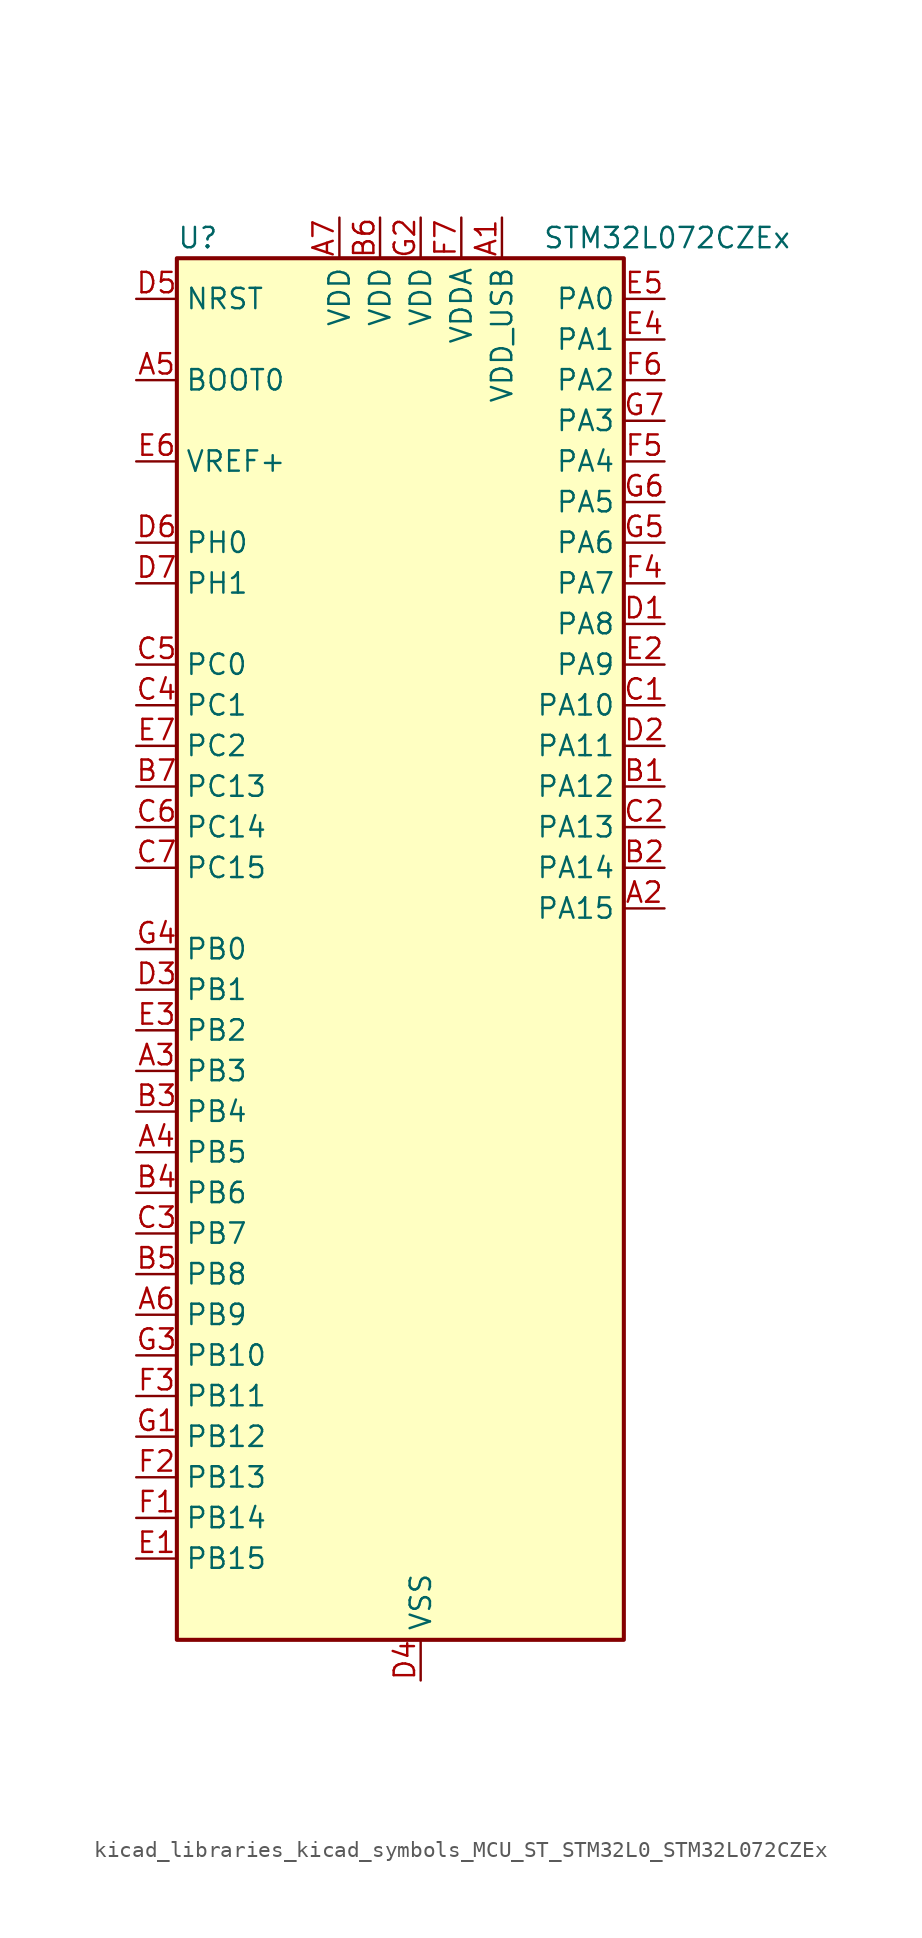
<source format=kicad_sym>
(kicad_symbol_lib
  (version 20220914)
  (generator kicad_symbol_editor)
  (symbol "kicad_libraries_kicad_symbols_MCU_ST_STM32L0_STM32L072CZEx"
    (property "Reference" "U"
      (at -12.7 44.45 0)
      (effects (font (size 1.27 1.27)) (justify left)))
    (property "Value" "STM32L072CZEx"
      (at 10.16 44.45 0)
      (effects (font (size 1.27 1.27)) (justify left)))
    (property "ki_locked" ""
      (at 0 0 0)
      (effects (font (size 1.27 1.27))))
    (symbol "kicad_libraries_kicad_symbols_MCU_ST_STM32L0_STM32L072CZEx_0_1"
      (rectangle (start -12.7 -43.18) (end 15.24 43.18) (stroke (width 0.254) (type default)) (fill (type background))))
    (symbol "kicad_libraries_kicad_symbols_MCU_ST_STM32L0_STM32L072CZEx_1_1"
      (pin power_in line (at 7.62 45.72 270) (length 2.54) (name "VDD_USB" (effects (font (size 1.27 1.27)))) (number "A1" (effects (font (size 1.27 1.27)))))
      (pin bidirectional line (at 17.78 2.54 180) (length 2.54) (name "PA15" (effects (font (size 1.27 1.27)))) (number "A2" (effects (font (size 1.27 1.27)))) (alternate "SPI1_NSS" bidirectional line) (alternate "TIM2_CH1" bidirectional line) (alternate "TIM2_ETR" bidirectional line) (alternate "USART2_RX" bidirectional line) (alternate "USART4_DE" bidirectional line) (alternate "USART4_RTS" bidirectional line))
      (pin bidirectional line (at -15.24 -7.62 0) (length 2.54) (name "PB3" (effects (font (size 1.27 1.27)))) (number "A3" (effects (font (size 1.27 1.27)))) (alternate "COMP2_INM" bidirectional line) (alternate "SPI1_SCK" bidirectional line) (alternate "TIM2_CH2" bidirectional line) (alternate "TSC_G5_IO1" bidirectional line) (alternate "USART1_DE" bidirectional line) (alternate "USART1_RTS" bidirectional line) (alternate "USART5_TX" bidirectional line))
      (pin bidirectional line (at -15.24 -12.7 0) (length 2.54) (name "PB5" (effects (font (size 1.27 1.27)))) (number "A4" (effects (font (size 1.27 1.27)))) (alternate "COMP2_INP" bidirectional line) (alternate "I2C1_SMBA" bidirectional line) (alternate "LPTIM1_IN1" bidirectional line) (alternate "SPI1_MOSI" bidirectional line) (alternate "TIM22_CH2" bidirectional line) (alternate "TIM3_CH2" bidirectional line) (alternate "USART1_CK" bidirectional line) (alternate "USART5_CK" bidirectional line) (alternate "USART5_DE" bidirectional line) (alternate "USART5_RTS" bidirectional line))
      (pin input line (at -15.24 35.56 0) (length 2.54) (name "BOOT0" (effects (font (size 1.27 1.27)))) (number "A5" (effects (font (size 1.27 1.27)))))
      (pin bidirectional line (at -15.24 -22.86 0) (length 2.54) (name "PB9" (effects (font (size 1.27 1.27)))) (number "A6" (effects (font (size 1.27 1.27)))) (alternate "DAC_EXTI9" bidirectional line) (alternate "I2C1_SDA" bidirectional line) (alternate "I2S2_WS" bidirectional line) (alternate "SPI2_NSS" bidirectional line))
      (pin power_in line (at -2.54 45.72 270) (length 2.54) (name "VDD" (effects (font (size 1.27 1.27)))) (number "A7" (effects (font (size 1.27 1.27)))))
      (pin bidirectional line (at 17.78 10.16 180) (length 2.54) (name "PA12" (effects (font (size 1.27 1.27)))) (number "B1" (effects (font (size 1.27 1.27)))) (alternate "COMP2_OUT" bidirectional line) (alternate "SPI1_MOSI" bidirectional line) (alternate "TSC_G4_IO4" bidirectional line) (alternate "USART1_DE" bidirectional line) (alternate "USART1_RTS" bidirectional line) (alternate "USB_DP" bidirectional line))
      (pin bidirectional line (at 17.78 5.08 180) (length 2.54) (name "PA14" (effects (font (size 1.27 1.27)))) (number "B2" (effects (font (size 1.27 1.27)))) (alternate "LPUART1_TX" bidirectional line) (alternate "SYS_SWCLK" bidirectional line) (alternate "USART2_TX" bidirectional line))
      (pin bidirectional line (at -15.24 -10.16 0) (length 2.54) (name "PB4" (effects (font (size 1.27 1.27)))) (number "B3" (effects (font (size 1.27 1.27)))) (alternate "COMP2_INP" bidirectional line) (alternate "I2C3_SDA" bidirectional line) (alternate "SPI1_MISO" bidirectional line) (alternate "TIM22_CH1" bidirectional line) (alternate "TIM3_CH1" bidirectional line) (alternate "TSC_G5_IO2" bidirectional line) (alternate "USART1_CTS" bidirectional line) (alternate "USART5_RX" bidirectional line))
      (pin bidirectional line (at -15.24 -15.24 0) (length 2.54) (name "PB6" (effects (font (size 1.27 1.27)))) (number "B4" (effects (font (size 1.27 1.27)))) (alternate "COMP2_INP" bidirectional line) (alternate "I2C1_SCL" bidirectional line) (alternate "LPTIM1_ETR" bidirectional line) (alternate "TSC_G5_IO3" bidirectional line) (alternate "USART1_TX" bidirectional line))
      (pin bidirectional line (at -15.24 -20.32 0) (length 2.54) (name "PB8" (effects (font (size 1.27 1.27)))) (number "B5" (effects (font (size 1.27 1.27)))) (alternate "I2C1_SCL" bidirectional line) (alternate "TSC_SYNC" bidirectional line))
      (pin power_in line (at 0 45.72 270) (length 2.54) (name "VDD" (effects (font (size 1.27 1.27)))) (number "B6" (effects (font (size 1.27 1.27)))))
      (pin bidirectional line (at -15.24 10.16 0) (length 2.54) (name "PC13" (effects (font (size 1.27 1.27)))) (number "B7" (effects (font (size 1.27 1.27)))) (alternate "RTC_OUT_ALARM" bidirectional line) (alternate "RTC_OUT_CALIB" bidirectional line) (alternate "RTC_TAMP1" bidirectional line) (alternate "RTC_TS" bidirectional line) (alternate "SYS_WKUP2" bidirectional line))
      (pin bidirectional line (at 17.78 15.24 180) (length 2.54) (name "PA10" (effects (font (size 1.27 1.27)))) (number "C1" (effects (font (size 1.27 1.27)))) (alternate "I2C1_SDA" bidirectional line) (alternate "TSC_G4_IO2" bidirectional line) (alternate "USART1_RX" bidirectional line))
      (pin bidirectional line (at 17.78 7.62 180) (length 2.54) (name "PA13" (effects (font (size 1.27 1.27)))) (number "C2" (effects (font (size 1.27 1.27)))) (alternate "LPUART1_RX" bidirectional line) (alternate "SYS_SWDIO" bidirectional line) (alternate "USB_NOE" bidirectional line))
      (pin bidirectional line (at -15.24 -17.78 0) (length 2.54) (name "PB7" (effects (font (size 1.27 1.27)))) (number "C3" (effects (font (size 1.27 1.27)))) (alternate "COMP2_INP" bidirectional line) (alternate "I2C1_SDA" bidirectional line) (alternate "LPTIM1_IN2" bidirectional line) (alternate "SYS_PVD_IN" bidirectional line) (alternate "TSC_G5_IO4" bidirectional line) (alternate "USART1_RX" bidirectional line) (alternate "USART4_CTS" bidirectional line))
      (pin bidirectional line (at -15.24 15.24 0) (length 2.54) (name "PC1" (effects (font (size 1.27 1.27)))) (number "C4" (effects (font (size 1.27 1.27)))) (alternate "ADC_IN11" bidirectional line) (alternate "I2C3_SDA" bidirectional line) (alternate "LPTIM1_OUT" bidirectional line) (alternate "LPUART1_TX" bidirectional line) (alternate "TSC_G7_IO2" bidirectional line))
      (pin bidirectional line (at -15.24 17.78 0) (length 2.54) (name "PC0" (effects (font (size 1.27 1.27)))) (number "C5" (effects (font (size 1.27 1.27)))) (alternate "ADC_IN10" bidirectional line) (alternate "I2C3_SCL" bidirectional line) (alternate "LPTIM1_IN1" bidirectional line) (alternate "LPUART1_RX" bidirectional line) (alternate "TSC_G7_IO1" bidirectional line))
      (pin bidirectional line (at -15.24 7.62 0) (length 2.54) (name "PC14" (effects (font (size 1.27 1.27)))) (number "C6" (effects (font (size 1.27 1.27)))) (alternate "RCC_OSC32_IN" bidirectional line))
      (pin bidirectional line (at -15.24 5.08 0) (length 2.54) (name "PC15" (effects (font (size 1.27 1.27)))) (number "C7" (effects (font (size 1.27 1.27)))) (alternate "RCC_OSC32_OUT" bidirectional line))
      (pin bidirectional line (at 17.78 20.32 180) (length 2.54) (name "PA8" (effects (font (size 1.27 1.27)))) (number "D1" (effects (font (size 1.27 1.27)))) (alternate "CRS_SYNC" bidirectional line) (alternate "I2C3_SCL" bidirectional line) (alternate "RCC_MCO" bidirectional line) (alternate "USART1_CK" bidirectional line))
      (pin bidirectional line (at 17.78 12.7 180) (length 2.54) (name "PA11" (effects (font (size 1.27 1.27)))) (number "D2" (effects (font (size 1.27 1.27)))) (alternate "ADC_EXTI11" bidirectional line) (alternate "COMP1_OUT" bidirectional line) (alternate "SPI1_MISO" bidirectional line) (alternate "TSC_G4_IO3" bidirectional line) (alternate "USART1_CTS" bidirectional line) (alternate "USB_DM" bidirectional line))
      (pin bidirectional line (at -15.24 -2.54 0) (length 2.54) (name "PB1" (effects (font (size 1.27 1.27)))) (number "D3" (effects (font (size 1.27 1.27)))) (alternate "ADC_IN9" bidirectional line) (alternate "LPUART1_DE" bidirectional line) (alternate "LPUART1_RTS" bidirectional line) (alternate "SYS_VREF_OUT_PB1" bidirectional line) (alternate "TIM3_CH4" bidirectional line) (alternate "TSC_G3_IO3" bidirectional line))
      (pin power_in line (at 2.54 -45.72 90) (length 2.54) (name "VSS" (effects (font (size 1.27 1.27)))) (number "D4" (effects (font (size 1.27 1.27)))))
      (pin input line (at -15.24 40.64 0) (length 2.54) (name "NRST" (effects (font (size 1.27 1.27)))) (number "D5" (effects (font (size 1.27 1.27)))))
      (pin bidirectional line (at -15.24 25.4 0) (length 2.54) (name "PH0" (effects (font (size 1.27 1.27)))) (number "D6" (effects (font (size 1.27 1.27)))) (alternate "CRS_SYNC" bidirectional line) (alternate "RCC_OSC_IN" bidirectional line))
      (pin bidirectional line (at -15.24 22.86 0) (length 2.54) (name "PH1" (effects (font (size 1.27 1.27)))) (number "D7" (effects (font (size 1.27 1.27)))) (alternate "RCC_OSC_OUT" bidirectional line))
      (pin bidirectional line (at -15.24 -38.1 0) (length 2.54) (name "PB15" (effects (font (size 1.27 1.27)))) (number "E1" (effects (font (size 1.27 1.27)))) (alternate "I2S2_SD" bidirectional line) (alternate "RTC_REFIN" bidirectional line) (alternate "SPI2_MOSI" bidirectional line))
      (pin bidirectional line (at 17.78 17.78 180) (length 2.54) (name "PA9" (effects (font (size 1.27 1.27)))) (number "E2" (effects (font (size 1.27 1.27)))) (alternate "DAC_EXTI9" bidirectional line) (alternate "I2C1_SCL" bidirectional line) (alternate "I2C3_SMBA" bidirectional line) (alternate "RCC_MCO" bidirectional line) (alternate "TSC_G4_IO1" bidirectional line) (alternate "USART1_TX" bidirectional line))
      (pin bidirectional line (at -15.24 -5.08 0) (length 2.54) (name "PB2" (effects (font (size 1.27 1.27)))) (number "E3" (effects (font (size 1.27 1.27)))) (alternate "I2C3_SMBA" bidirectional line) (alternate "LPTIM1_OUT" bidirectional line) (alternate "TSC_G3_IO4" bidirectional line))
      (pin bidirectional line (at 17.78 38.1 180) (length 2.54) (name "PA1" (effects (font (size 1.27 1.27)))) (number "E4" (effects (font (size 1.27 1.27)))) (alternate "ADC_IN1" bidirectional line) (alternate "COMP1_INP" bidirectional line) (alternate "TIM21_ETR" bidirectional line) (alternate "TIM2_CH2" bidirectional line) (alternate "TSC_G1_IO2" bidirectional line) (alternate "USART2_DE" bidirectional line) (alternate "USART2_RTS" bidirectional line) (alternate "USART4_RX" bidirectional line))
      (pin bidirectional line (at 17.78 40.64 180) (length 2.54) (name "PA0" (effects (font (size 1.27 1.27)))) (number "E5" (effects (font (size 1.27 1.27)))) (alternate "ADC_IN0" bidirectional line) (alternate "COMP1_INM" bidirectional line) (alternate "COMP1_OUT" bidirectional line) (alternate "RTC_TAMP2" bidirectional line) (alternate "SYS_WKUP1" bidirectional line) (alternate "TIM2_CH1" bidirectional line) (alternate "TIM2_ETR" bidirectional line) (alternate "TSC_G1_IO1" bidirectional line) (alternate "USART2_CTS" bidirectional line) (alternate "USART4_TX" bidirectional line))
      (pin input line (at -15.24 30.48 0) (length 2.54) (name "VREF+" (effects (font (size 1.27 1.27)))) (number "E6" (effects (font (size 1.27 1.27)))))
      (pin bidirectional line (at -15.24 12.7 0) (length 2.54) (name "PC2" (effects (font (size 1.27 1.27)))) (number "E7" (effects (font (size 1.27 1.27)))) (alternate "ADC_IN12" bidirectional line) (alternate "I2S2_MCK" bidirectional line) (alternate "LPTIM1_IN2" bidirectional line) (alternate "SPI2_MISO" bidirectional line) (alternate "TSC_G7_IO3" bidirectional line))
      (pin bidirectional line (at -15.24 -35.56 0) (length 2.54) (name "PB14" (effects (font (size 1.27 1.27)))) (number "F1" (effects (font (size 1.27 1.27)))) (alternate "I2C2_SDA" bidirectional line) (alternate "I2S2_MCK" bidirectional line) (alternate "LPUART1_DE" bidirectional line) (alternate "LPUART1_RTS" bidirectional line) (alternate "RTC_OUT_ALARM" bidirectional line) (alternate "RTC_OUT_CALIB" bidirectional line) (alternate "SPI2_MISO" bidirectional line) (alternate "TIM21_CH2" bidirectional line) (alternate "TSC_G6_IO4" bidirectional line))
      (pin bidirectional line (at -15.24 -33.02 0) (length 2.54) (name "PB13" (effects (font (size 1.27 1.27)))) (number "F2" (effects (font (size 1.27 1.27)))) (alternate "I2C2_SCL" bidirectional line) (alternate "I2S2_CK" bidirectional line) (alternate "LPUART1_CTS" bidirectional line) (alternate "RCC_MCO" bidirectional line) (alternate "SPI2_SCK" bidirectional line) (alternate "TIM21_CH1" bidirectional line) (alternate "TSC_G6_IO3" bidirectional line))
      (pin bidirectional line (at -15.24 -27.94 0) (length 2.54) (name "PB11" (effects (font (size 1.27 1.27)))) (number "F3" (effects (font (size 1.27 1.27)))) (alternate "ADC_EXTI11" bidirectional line) (alternate "I2C2_SDA" bidirectional line) (alternate "LPUART1_RX" bidirectional line) (alternate "LPUART1_TX" bidirectional line) (alternate "TIM2_CH4" bidirectional line) (alternate "TSC_G6_IO1" bidirectional line))
      (pin bidirectional line (at 17.78 22.86 180) (length 2.54) (name "PA7" (effects (font (size 1.27 1.27)))) (number "F4" (effects (font (size 1.27 1.27)))) (alternate "ADC_IN7" bidirectional line) (alternate "COMP2_OUT" bidirectional line) (alternate "SPI1_MOSI" bidirectional line) (alternate "TIM22_CH2" bidirectional line) (alternate "TIM3_CH2" bidirectional line) (alternate "TSC_G2_IO4" bidirectional line))
      (pin bidirectional line (at 17.78 30.48 180) (length 2.54) (name "PA4" (effects (font (size 1.27 1.27)))) (number "F5" (effects (font (size 1.27 1.27)))) (alternate "ADC_IN4" bidirectional line) (alternate "COMP1_INM" bidirectional line) (alternate "COMP2_INM" bidirectional line) (alternate "DAC_OUT1" bidirectional line) (alternate "SPI1_NSS" bidirectional line) (alternate "TIM22_ETR" bidirectional line) (alternate "TSC_G2_IO1" bidirectional line) (alternate "USART2_CK" bidirectional line))
      (pin bidirectional line (at 17.78 35.56 180) (length 2.54) (name "PA2" (effects (font (size 1.27 1.27)))) (number "F6" (effects (font (size 1.27 1.27)))) (alternate "ADC_IN2" bidirectional line) (alternate "COMP2_INM" bidirectional line) (alternate "COMP2_OUT" bidirectional line) (alternate "LPUART1_TX" bidirectional line) (alternate "TIM21_CH1" bidirectional line) (alternate "TIM2_CH3" bidirectional line) (alternate "TSC_G1_IO3" bidirectional line) (alternate "USART2_TX" bidirectional line))
      (pin power_in line (at 5.08 45.72 270) (length 2.54) (name "VDDA" (effects (font (size 1.27 1.27)))) (number "F7" (effects (font (size 1.27 1.27)))))
      (pin bidirectional line (at -15.24 -30.48 0) (length 2.54) (name "PB12" (effects (font (size 1.27 1.27)))) (number "G1" (effects (font (size 1.27 1.27)))) (alternate "I2S2_WS" bidirectional line) (alternate "LPUART1_DE" bidirectional line) (alternate "LPUART1_RTS" bidirectional line) (alternate "SPI2_NSS" bidirectional line) (alternate "TSC_G6_IO2" bidirectional line))
      (pin power_in line (at 2.54 45.72 270) (length 2.54) (name "VDD" (effects (font (size 1.27 1.27)))) (number "G2" (effects (font (size 1.27 1.27)))))
      (pin bidirectional line (at -15.24 -25.4 0) (length 2.54) (name "PB10" (effects (font (size 1.27 1.27)))) (number "G3" (effects (font (size 1.27 1.27)))) (alternate "I2C2_SCL" bidirectional line) (alternate "LPUART1_RX" bidirectional line) (alternate "LPUART1_TX" bidirectional line) (alternate "SPI2_SCK" bidirectional line) (alternate "TIM2_CH3" bidirectional line) (alternate "TSC_SYNC" bidirectional line))
      (pin bidirectional line (at -15.24 0 0) (length 2.54) (name "PB0" (effects (font (size 1.27 1.27)))) (number "G4" (effects (font (size 1.27 1.27)))) (alternate "ADC_IN8" bidirectional line) (alternate "SYS_VREF_OUT_PB0" bidirectional line) (alternate "TIM3_CH3" bidirectional line) (alternate "TSC_G3_IO2" bidirectional line))
      (pin bidirectional line (at 17.78 25.4 180) (length 2.54) (name "PA6" (effects (font (size 1.27 1.27)))) (number "G5" (effects (font (size 1.27 1.27)))) (alternate "ADC_IN6" bidirectional line) (alternate "COMP1_OUT" bidirectional line) (alternate "LPUART1_CTS" bidirectional line) (alternate "SPI1_MISO" bidirectional line) (alternate "TIM22_CH1" bidirectional line) (alternate "TIM3_CH1" bidirectional line) (alternate "TSC_G2_IO3" bidirectional line))
      (pin bidirectional line (at 17.78 27.94 180) (length 2.54) (name "PA5" (effects (font (size 1.27 1.27)))) (number "G6" (effects (font (size 1.27 1.27)))) (alternate "ADC_IN5" bidirectional line) (alternate "COMP1_INM" bidirectional line) (alternate "COMP2_INM" bidirectional line) (alternate "DAC_OUT2" bidirectional line) (alternate "SPI1_SCK" bidirectional line) (alternate "TIM2_CH1" bidirectional line) (alternate "TIM2_ETR" bidirectional line) (alternate "TSC_G2_IO2" bidirectional line))
      (pin bidirectional line (at 17.78 33.02 180) (length 2.54) (name "PA3" (effects (font (size 1.27 1.27)))) (number "G7" (effects (font (size 1.27 1.27)))) (alternate "ADC_IN3" bidirectional line) (alternate "COMP2_INP" bidirectional line) (alternate "LPUART1_RX" bidirectional line) (alternate "TIM21_CH2" bidirectional line) (alternate "TIM2_CH4" bidirectional line) (alternate "TSC_G1_IO4" bidirectional line) (alternate "USART2_RX" bidirectional line)))))
</source>
